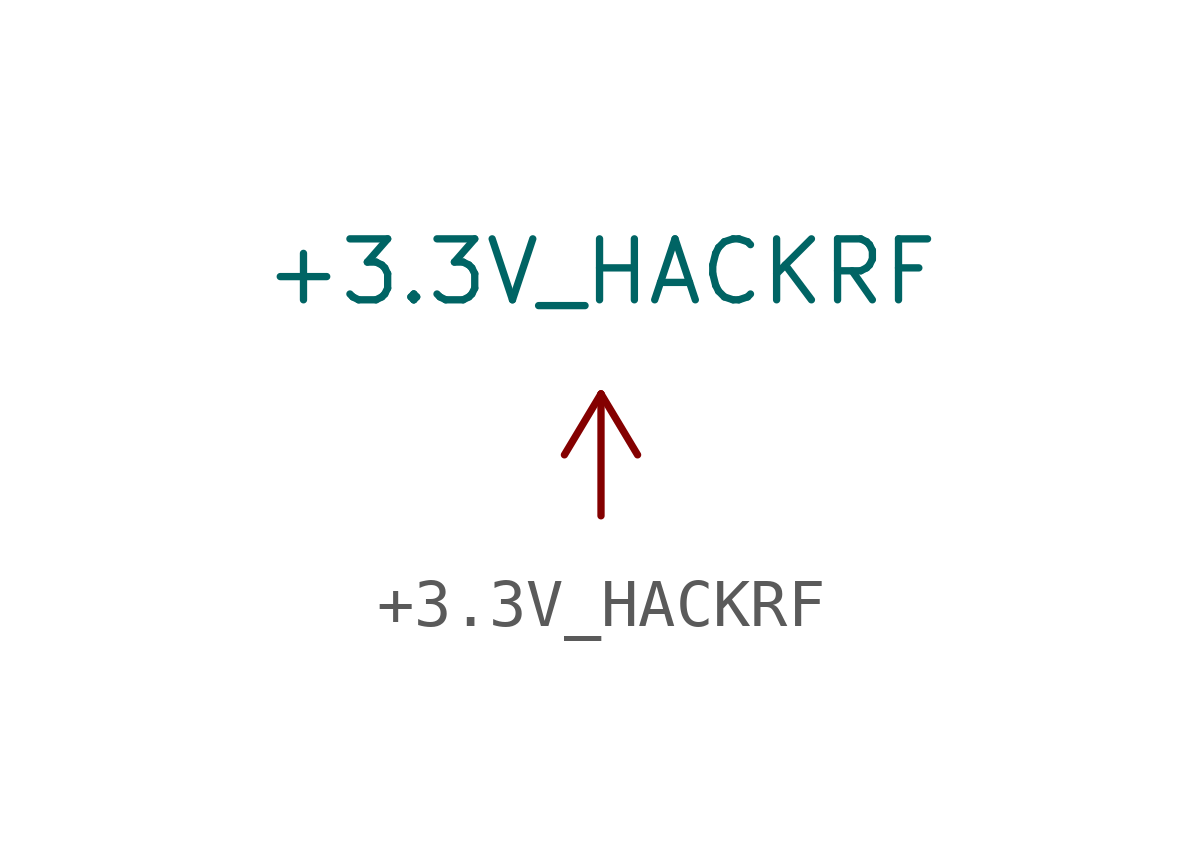
<source format=kicad_sym>
(kicad_symbol_lib
  (version 20220914)
  (generator kicad_symbol_editor)
  (symbol "+3.3V_HACKRF"
    (power)
    (pin_names
      (offset 0))
    (property "Reference" "#PWR079"
      (at 3.81 -1.27 0)
      (effects (font (size 1.27 1.27)) hide))
    (property "Value" "+3.3V_HACKRF"
      (at 0 5.08 0)
      (effects (font (size 1.27 1.27))))
    (symbol "+3.3V_HACKRF_0_1"
      (polyline (pts (xy -0.762 1.27) (xy 0 2.54)) (stroke (width 0) (type default)) (fill (type none)))
      (polyline (pts (xy 0 0) (xy 0 2.54)) (stroke (width 0) (type default)) (fill (type none)))
      (polyline (pts (xy 0 2.54) (xy 0.762 1.27)) (stroke (width 0) (type default)) (fill (type none))))
    (symbol "+3.3V_HACKRF_1_0"
      (pin power_in line (at 0 0 90) (length 0) hide (name "+3.3V_HACKRF" (effects (font (size 1.27 1.27)))) (number "1" (effects (font (size 1.27 1.27))))))))
</source>
